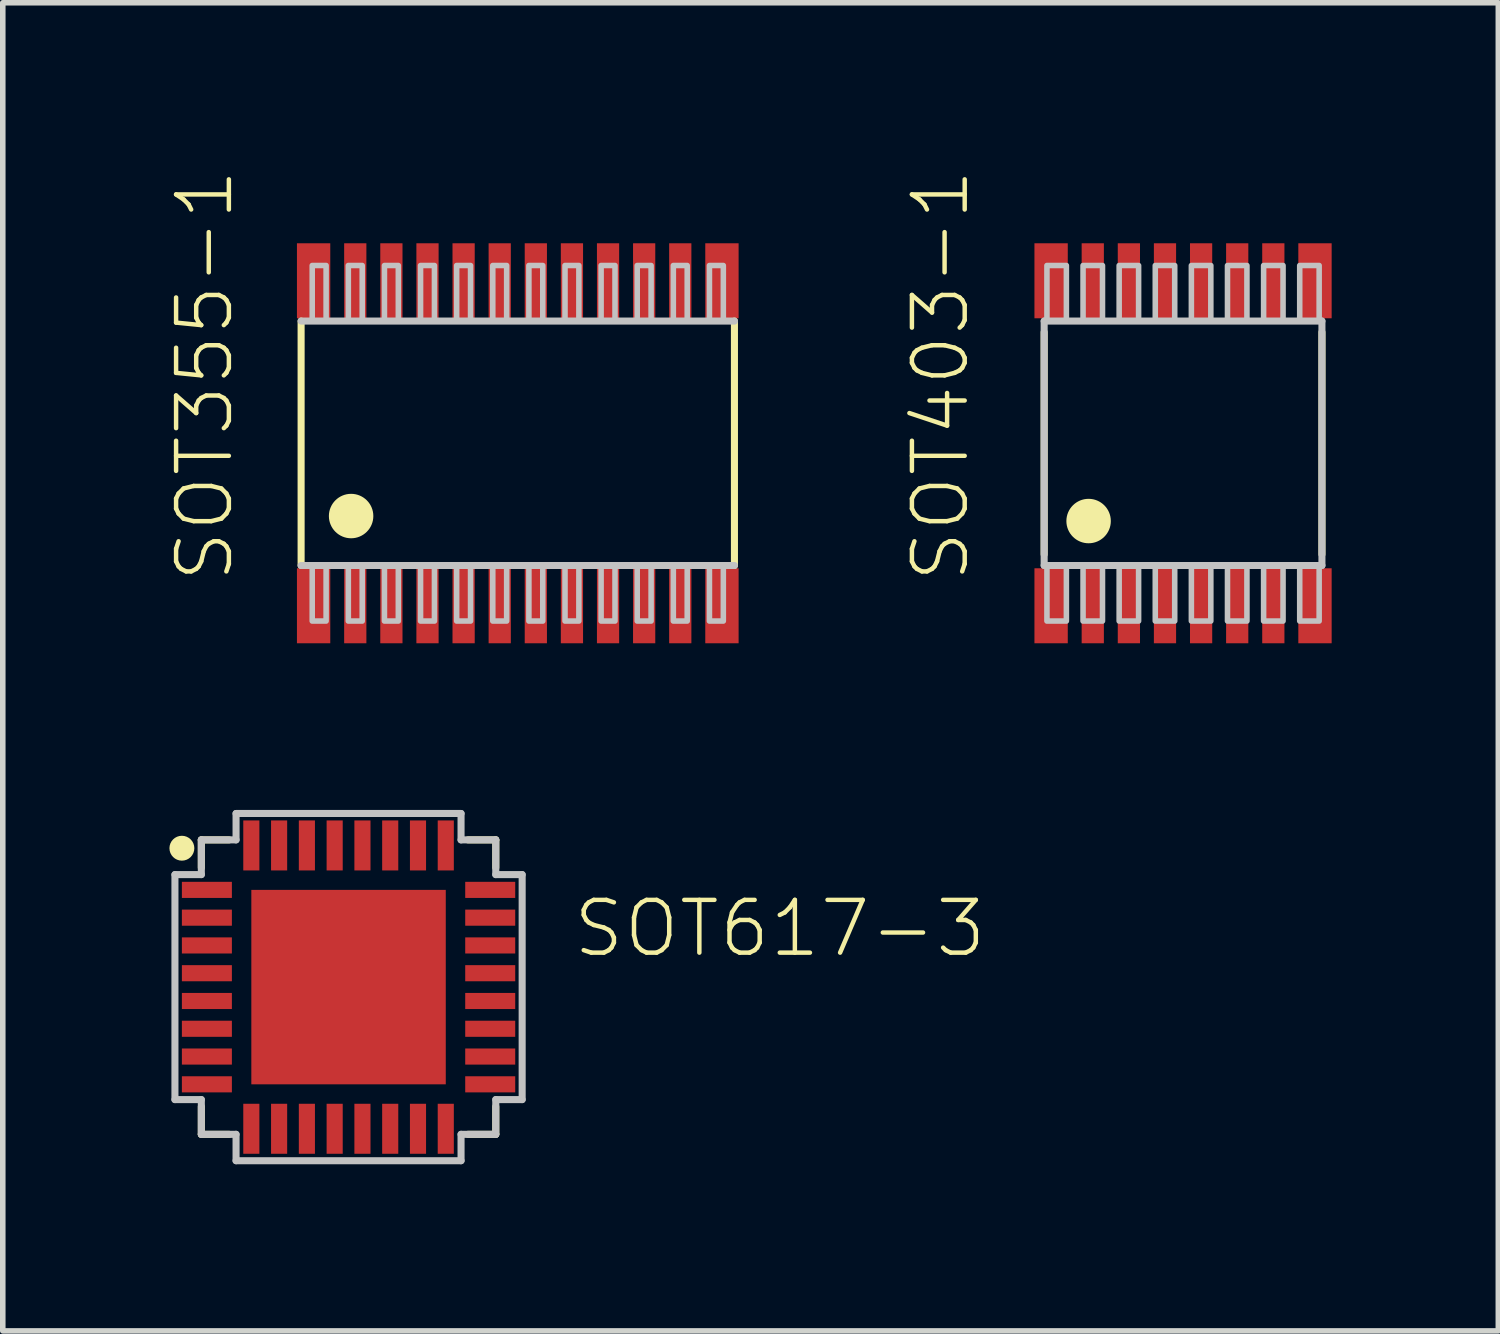
<source format=kicad_pcb>
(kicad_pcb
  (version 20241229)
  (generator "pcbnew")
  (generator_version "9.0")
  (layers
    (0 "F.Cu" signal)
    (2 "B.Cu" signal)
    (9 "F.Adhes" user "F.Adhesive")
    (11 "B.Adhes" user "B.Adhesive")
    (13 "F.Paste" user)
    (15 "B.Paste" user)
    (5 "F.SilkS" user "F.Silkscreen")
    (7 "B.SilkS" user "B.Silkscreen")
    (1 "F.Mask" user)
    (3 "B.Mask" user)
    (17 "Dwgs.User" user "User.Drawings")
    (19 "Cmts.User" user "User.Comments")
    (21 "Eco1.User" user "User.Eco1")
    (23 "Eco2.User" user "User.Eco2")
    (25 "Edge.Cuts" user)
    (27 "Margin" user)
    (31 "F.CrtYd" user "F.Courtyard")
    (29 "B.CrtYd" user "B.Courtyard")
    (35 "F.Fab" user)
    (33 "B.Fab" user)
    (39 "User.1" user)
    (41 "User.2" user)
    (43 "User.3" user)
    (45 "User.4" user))
  (footprint "SOT355-1"
    (layer "F.Cu")
    (at 6.27 4.929)
    (property "Reference" "SOT355-1" (at -5.08 2.54 90) (layer "F.SilkS") (effects (font (size 0.95 0.95) (thickness 0.08)) (justify left bottom)))
    (attr through_hole)
    (fp_line (start -3.9 -2.2) (end -3.9 2.2) (stroke (width 0.127) (type solid)) (layer "F.SilkS"))
    (fp_line (start 3.9 2.2) (end 3.9 -2.2) (stroke (width 0.127) (type solid)) (layer "F.SilkS"))
    (fp_circle (center -3 1.31) (end -2.6 1.31) (stroke (width 0) (type solid)) (fill yes) (layer "F.SilkS"))
    (fp_line (start -3.9 2.2) (end 3.9 2.2) (stroke (width 0.127) (type solid)) (layer "Dwgs.User"))
    (fp_line (start 3.9 -2.2) (end -3.9 -2.2) (stroke (width 0.127) (type solid)) (layer "Dwgs.User"))
    (fp_poly (pts (xy -3.7 -2.2) (xy -3.45 -2.2) (xy -3.45 -3.2) (xy -3.7 -3.2)) (stroke (width 0.1) (type solid)) (fill no) (layer "Dwgs.User"))
    (fp_poly (pts (xy -3.7 3.2) (xy -3.45 3.2) (xy -3.45 2.2) (xy -3.7 2.2)) (stroke (width 0.1) (type solid)) (fill no) (layer "Dwgs.User"))
    (fp_poly (pts (xy -3.05 -2.2) (xy -2.8 -2.2) (xy -2.8 -3.2) (xy -3.05 -3.2)) (stroke (width 0.1) (type solid)) (fill no) (layer "Dwgs.User"))
    (fp_poly (pts (xy -3.05 3.2) (xy -2.8 3.2) (xy -2.8 2.2) (xy -3.05 2.2)) (stroke (width 0.1) (type solid)) (fill no) (layer "Dwgs.User"))
    (fp_poly (pts (xy -2.4 -2.2) (xy -2.15 -2.2) (xy -2.15 -3.2) (xy -2.4 -3.2)) (stroke (width 0.1) (type solid)) (fill no) (layer "Dwgs.User"))
    (fp_poly (pts (xy -2.4 3.2) (xy -2.15 3.2) (xy -2.15 2.2) (xy -2.4 2.2)) (stroke (width 0.1) (type solid)) (fill no) (layer "Dwgs.User"))
    (fp_poly (pts (xy -1.75 -2.2) (xy -1.5 -2.2) (xy -1.5 -3.2) (xy -1.75 -3.2)) (stroke (width 0.1) (type solid)) (fill no) (layer "Dwgs.User"))
    (fp_poly (pts (xy -1.75 3.2) (xy -1.5 3.2) (xy -1.5 2.2) (xy -1.75 2.2)) (stroke (width 0.1) (type solid)) (fill no) (layer "Dwgs.User"))
    (fp_poly (pts (xy -1.1 -2.2) (xy -0.85 -2.2) (xy -0.85 -3.2) (xy -1.1 -3.2)) (stroke (width 0.1) (type solid)) (fill no) (layer "Dwgs.User"))
    (fp_poly (pts (xy -1.1 3.2) (xy -0.85 3.2) (xy -0.85 2.2) (xy -1.1 2.2)) (stroke (width 0.1) (type solid)) (fill no) (layer "Dwgs.User"))
    (fp_poly (pts (xy -0.45 -2.2) (xy -0.2 -2.2) (xy -0.2 -3.2) (xy -0.45 -3.2)) (stroke (width 0.1) (type solid)) (fill no) (layer "Dwgs.User"))
    (fp_poly (pts (xy -0.45 3.2) (xy -0.2 3.2) (xy -0.2 2.2) (xy -0.45 2.2)) (stroke (width 0.1) (type solid)) (fill no) (layer "Dwgs.User"))
    (fp_poly (pts (xy 0.2 -2.2) (xy 0.45 -2.2) (xy 0.45 -3.2) (xy 0.2 -3.2)) (stroke (width 0.1) (type solid)) (fill no) (layer "Dwgs.User"))
    (fp_poly (pts (xy 0.2 3.2) (xy 0.45 3.2) (xy 0.45 2.2) (xy 0.2 2.2)) (stroke (width 0.1) (type solid)) (fill no) (layer "Dwgs.User"))
    (fp_poly (pts (xy 0.85 -2.2) (xy 1.1 -2.2) (xy 1.1 -3.2) (xy 0.85 -3.2)) (stroke (width 0.1) (type solid)) (fill no) (layer "Dwgs.User"))
    (fp_poly (pts (xy 0.85 3.2) (xy 1.1 3.2) (xy 1.1 2.2) (xy 0.85 2.2)) (stroke (width 0.1) (type solid)) (fill no) (layer "Dwgs.User"))
    (fp_poly (pts (xy 1.5 -2.2) (xy 1.75 -2.2) (xy 1.75 -3.2) (xy 1.5 -3.2)) (stroke (width 0.1) (type solid)) (fill no) (layer "Dwgs.User"))
    (fp_poly (pts (xy 1.5 3.2) (xy 1.75 3.2) (xy 1.75 2.2) (xy 1.5 2.2)) (stroke (width 0.1) (type solid)) (fill no) (layer "Dwgs.User"))
    (fp_poly (pts (xy 2.15 -2.2) (xy 2.4 -2.2) (xy 2.4 -3.2) (xy 2.15 -3.2)) (stroke (width 0.1) (type solid)) (fill no) (layer "Dwgs.User"))
    (fp_poly (pts (xy 2.15 3.2) (xy 2.4 3.2) (xy 2.4 2.2) (xy 2.15 2.2)) (stroke (width 0.1) (type solid)) (fill no) (layer "Dwgs.User"))
    (fp_poly (pts (xy 2.8 -2.2) (xy 3.05 -2.2) (xy 3.05 -3.2) (xy 2.8 -3.2)) (stroke (width 0.1) (type solid)) (fill no) (layer "Dwgs.User"))
    (fp_poly (pts (xy 2.8 3.2) (xy 3.05 3.2) (xy 3.05 2.2) (xy 2.8 2.2)) (stroke (width 0.1) (type solid)) (fill no) (layer "Dwgs.User"))
    (fp_poly (pts (xy 3.45 -2.2) (xy 3.7 -2.2) (xy 3.7 -3.2) (xy 3.45 -3.2)) (stroke (width 0.1) (type solid)) (fill no) (layer "Dwgs.User"))
    (fp_poly (pts (xy 3.45 3.2) (xy 3.7 3.2) (xy 3.7 2.2) (xy 3.45 2.2)) (stroke (width 0.1) (type solid)) (fill no) (layer "Dwgs.User"))
    (pad "1" smd rect (at -3.675 2.925) (size 0.6 1.35) (layers "F.Cu" "F.Mask" "F.Paste"))
    (pad "2" smd rect (at -2.925 2.925) (size 0.4 1.35) (layers "F.Cu" "F.Mask" "F.Paste"))
    (pad "3" smd rect (at -2.275 2.925) (size 0.4 1.35) (layers "F.Cu" "F.Mask" "F.Paste"))
    (pad "4" smd rect (at -1.625 2.925) (size 0.4 1.35) (layers "F.Cu" "F.Mask" "F.Paste"))
    (pad "5" smd rect (at -0.975 2.925) (size 0.4 1.35) (layers "F.Cu" "F.Mask" "F.Paste"))
    (pad "6" smd rect (at -0.325 2.925) (size 0.4 1.35) (layers "F.Cu" "F.Mask" "F.Paste"))
    (pad "7" smd rect (at 0.325 2.925) (size 0.4 1.35) (layers "F.Cu" "F.Mask" "F.Paste"))
    (pad "8" smd rect (at 0.975 2.925) (size 0.4 1.35) (layers "F.Cu" "F.Mask" "F.Paste"))
    (pad "9" smd rect (at 1.625 2.925) (size 0.4 1.35) (layers "F.Cu" "F.Mask" "F.Paste"))
    (pad "10" smd rect (at 2.275 2.925) (size 0.4 1.35) (layers "F.Cu" "F.Mask" "F.Paste"))
    (pad "11" smd rect (at 2.925 2.925) (size 0.4 1.35) (layers "F.Cu" "F.Mask" "F.Paste"))
    (pad "12" smd rect (at 3.675 2.925) (size 0.6 1.35) (layers "F.Cu" "F.Mask" "F.Paste"))
    (pad "13" smd rect (at 3.675 -2.925) (size 0.6 1.35) (layers "F.Cu" "F.Mask" "F.Paste"))
    (pad "14" smd rect (at 2.925 -2.925) (size 0.4 1.35) (layers "F.Cu" "F.Mask" "F.Paste"))
    (pad "15" smd rect (at 2.275 -2.925) (size 0.4 1.35) (layers "F.Cu" "F.Mask" "F.Paste"))
    (pad "16" smd rect (at 1.625 -2.925) (size 0.4 1.35) (layers "F.Cu" "F.Mask" "F.Paste"))
    (pad "17" smd rect (at 0.975 -2.925) (size 0.4 1.35) (layers "F.Cu" "F.Mask" "F.Paste"))
    (pad "18" smd rect (at 0.325 -2.925) (size 0.4 1.35) (layers "F.Cu" "F.Mask" "F.Paste"))
    (pad "19" smd rect (at -0.325 -2.925) (size 0.4 1.35) (layers "F.Cu" "F.Mask" "F.Paste"))
    (pad "20" smd rect (at -0.975 -2.925) (size 0.4 1.35) (layers "F.Cu" "F.Mask" "F.Paste"))
    (pad "21" smd rect (at -1.625 -2.925) (size 0.4 1.35) (layers "F.Cu" "F.Mask" "F.Paste"))
    (pad "22" smd rect (at -2.275 -2.925) (size 0.4 1.35) (layers "F.Cu" "F.Mask" "F.Paste"))
    (pad "23" smd rect (at -2.925 -2.925) (size 0.4 1.35) (layers "F.Cu" "F.Mask" "F.Paste"))
    (pad "24" smd rect (at -3.675 -2.925) (size 0.6 1.35) (layers "F.Cu" "F.Mask" "F.Paste")))
  (footprint "SOT403-1"
    (layer "F.Cu")
    (at 18.245 4.929)
    (property "Reference" "SOT403-1" (at -3.81 2.54 90) (layer "F.SilkS") (effects (font (size 0.95 0.95) (thickness 0.08)) (justify left bottom)))
    (attr through_hole)
    (fp_line (start -2.5 -2) (end -2.5 2) (stroke (width 0.127) (type solid)) (layer "F.SilkS"))
    (fp_line (start 2.5 -2) (end 2.5 2) (stroke (width 0.127) (type solid)) (layer "F.SilkS"))
    (fp_circle (center -1.7 1.4) (end -1.3 1.4) (stroke (width 0) (type solid)) (fill yes) (layer "F.SilkS"))
    (fp_line (start -2.5 -2.2) (end -2.5 2.2) (stroke (width 0.127) (type solid)) (layer "Dwgs.User"))
    (fp_line (start -2.5 -2.2) (end 2.5 -2.2) (stroke (width 0.127) (type solid)) (layer "Dwgs.User"))
    (fp_line (start -2.5 2.2) (end 2.5 2.2) (stroke (width 0.127) (type solid)) (layer "Dwgs.User"))
    (fp_line (start 2.5 -2.2) (end 2.5 2.2) (stroke (width 0.127) (type solid)) (layer "Dwgs.User"))
    (fp_poly (pts (xy -2.45 -2.2) (xy -2.1 -2.2) (xy -2.1 -3.2) (xy -2.45 -3.2)) (stroke (width 0.1) (type solid)) (fill no) (layer "Dwgs.User"))
    (fp_poly (pts (xy -2.45 3.2) (xy -2.1 3.2) (xy -2.1 2.2) (xy -2.45 2.2)) (stroke (width 0.1) (type solid)) (fill no) (layer "Dwgs.User"))
    (fp_poly (pts (xy -1.8 -2.2) (xy -1.45 -2.2) (xy -1.45 -3.2) (xy -1.8 -3.2)) (stroke (width 0.1) (type solid)) (fill no) (layer "Dwgs.User"))
    (fp_poly (pts (xy -1.8 3.2) (xy -1.45 3.2) (xy -1.45 2.2) (xy -1.8 2.2)) (stroke (width 0.1) (type solid)) (fill no) (layer "Dwgs.User"))
    (fp_poly (pts (xy -1.15 -2.2) (xy -0.8 -2.2) (xy -0.8 -3.2) (xy -1.15 -3.2)) (stroke (width 0.1) (type solid)) (fill no) (layer "Dwgs.User"))
    (fp_poly (pts (xy -1.15 3.2) (xy -0.8 3.2) (xy -0.8 2.2) (xy -1.15 2.2)) (stroke (width 0.1) (type solid)) (fill no) (layer "Dwgs.User"))
    (fp_poly (pts (xy -0.5 -2.2) (xy -0.15 -2.2) (xy -0.15 -3.2) (xy -0.5 -3.2)) (stroke (width 0.1) (type solid)) (fill no) (layer "Dwgs.User"))
    (fp_poly (pts (xy -0.5 3.2) (xy -0.15 3.2) (xy -0.15 2.2) (xy -0.5 2.2)) (stroke (width 0.1) (type solid)) (fill no) (layer "Dwgs.User"))
    (fp_poly (pts (xy 0.15 -2.2) (xy 0.5 -2.2) (xy 0.5 -3.2) (xy 0.15 -3.2)) (stroke (width 0.1) (type solid)) (fill no) (layer "Dwgs.User"))
    (fp_poly (pts (xy 0.15 3.2) (xy 0.5 3.2) (xy 0.5 2.2) (xy 0.15 2.2)) (stroke (width 0.1) (type solid)) (fill no) (layer "Dwgs.User"))
    (fp_poly (pts (xy 0.8 -2.2) (xy 1.15 -2.2) (xy 1.15 -3.2) (xy 0.8 -3.2)) (stroke (width 0.1) (type solid)) (fill no) (layer "Dwgs.User"))
    (fp_poly (pts (xy 0.8 3.2) (xy 1.15 3.2) (xy 1.15 2.2) (xy 0.8 2.2)) (stroke (width 0.1) (type solid)) (fill no) (layer "Dwgs.User"))
    (fp_poly (pts (xy 1.45 -2.2) (xy 1.8 -2.2) (xy 1.8 -3.2) (xy 1.45 -3.2)) (stroke (width 0.1) (type solid)) (fill no) (layer "Dwgs.User"))
    (fp_poly (pts (xy 1.45 3.2) (xy 1.8 3.2) (xy 1.8 2.2) (xy 1.45 2.2)) (stroke (width 0.1) (type solid)) (fill no) (layer "Dwgs.User"))
    (fp_poly (pts (xy 2.1 -2.2) (xy 2.45 -2.2) (xy 2.45 -3.2) (xy 2.1 -3.2)) (stroke (width 0.1) (type solid)) (fill no) (layer "Dwgs.User"))
    (fp_poly (pts (xy 2.1 3.2) (xy 2.45 3.2) (xy 2.45 2.2) (xy 2.1 2.2)) (stroke (width 0.1) (type solid)) (fill no) (layer "Dwgs.User"))
    (pad "1" smd rect (at -2.375 2.925) (size 0.6 1.35) (layers "F.Cu" "F.Mask" "F.Paste"))
    (pad "2" smd rect (at -1.625 2.925) (size 0.4 1.35) (layers "F.Cu" "F.Mask" "F.Paste"))
    (pad "3" smd rect (at -0.975 2.925) (size 0.4 1.35) (layers "F.Cu" "F.Mask" "F.Paste"))
    (pad "4" smd rect (at -0.325 2.925) (size 0.4 1.35) (layers "F.Cu" "F.Mask" "F.Paste"))
    (pad "5" smd rect (at 0.325 2.925) (size 0.4 1.35) (layers "F.Cu" "F.Mask" "F.Paste"))
    (pad "6" smd rect (at 0.975 2.925) (size 0.4 1.35) (layers "F.Cu" "F.Mask" "F.Paste"))
    (pad "7" smd rect (at 1.625 2.925) (size 0.4 1.35) (layers "F.Cu" "F.Mask" "F.Paste"))
    (pad "8" smd rect (at 2.375 2.925) (size 0.6 1.35) (layers "F.Cu" "F.Mask" "F.Paste"))
    (pad "9" smd rect (at 2.375 -2.925) (size 0.6 1.35) (layers "F.Cu" "F.Mask" "F.Paste"))
    (pad "10" smd rect (at 1.625 -2.925) (size 0.4 1.35) (layers "F.Cu" "F.Mask" "F.Paste"))
    (pad "11" smd rect (at 0.975 -2.925) (size 0.4 1.35) (layers "F.Cu" "F.Mask" "F.Paste"))
    (pad "12" smd rect (at 0.325 -2.925) (size 0.4 1.35) (layers "F.Cu" "F.Mask" "F.Paste"))
    (pad "13" smd rect (at -0.325 -2.925) (size 0.4 1.35) (layers "F.Cu" "F.Mask" "F.Paste"))
    (pad "14" smd rect (at -0.975 -2.925) (size 0.4 1.35) (layers "F.Cu" "F.Mask" "F.Paste"))
    (pad "15" smd rect (at -1.625 -2.925) (size 0.4 1.35) (layers "F.Cu" "F.Mask" "F.Paste"))
    (pad "16" smd rect (at -2.375 -2.925) (size 0.6 1.35) (layers "F.Cu" "F.Mask" "F.Paste")))
  (footprint "SOT617-3"
    (layer "F.Cu")
    (at 3.224 14.718)
    (property "Reference" "SOT617-3" (at 4 -0.5 0) (layer "F.SilkS") (effects (font (size 0.95 0.95) (thickness 0.08)) (justify left bottom)))
    (attr through_hole)
    (fp_line (start -2.65 -2.65) (end -2.65 -2.15) (stroke (width 0.127) (type solid)) (layer "F.SilkS"))
    (fp_line (start -2.65 -2.65) (end -2.15 -2.65) (stroke (width 0.127) (type solid)) (layer "F.SilkS"))
    (fp_line (start -2.65 2.15) (end -2.65 2.65) (stroke (width 0.127) (type solid)) (layer "F.SilkS"))
    (fp_line (start -2.65 2.65) (end -2.15 2.65) (stroke (width 0.127) (type solid)) (layer "F.SilkS"))
    (fp_line (start 2.15 -2.65) (end 2.65 -2.65) (stroke (width 0.127) (type solid)) (layer "F.SilkS"))
    (fp_line (start 2.15 2.65) (end 2.65 2.65) (stroke (width 0.127) (type solid)) (layer "F.SilkS"))
    (fp_line (start 2.65 -2.65) (end 2.65 -2.15) (stroke (width 0.127) (type solid)) (layer "F.SilkS"))
    (fp_line (start 2.65 2.15) (end 2.65 2.65) (stroke (width 0.127) (type solid)) (layer "F.SilkS"))
    (fp_circle (center -3 -2.5) (end -2.776 -2.5) (stroke (width 0) (type solid)) (fill yes) (layer "F.SilkS"))
    (fp_poly (pts (xy -1.05 -0.55) (xy -0.55 -0.55) (xy -0.55 -1.05) (xy -1.05 -1.05)) (stroke (width 0) (type solid)) (fill yes) (layer "F.Paste"))
    (fp_poly (pts (xy -1.05 0.25) (xy -0.55 0.25) (xy -0.55 -0.25) (xy -1.05 -0.25)) (stroke (width 0) (type solid)) (fill yes) (layer "F.Paste"))
    (fp_poly (pts (xy -1.05 1.05) (xy -0.55 1.05) (xy -0.55 0.55) (xy -1.05 0.55)) (stroke (width 0) (type solid)) (fill yes) (layer "F.Paste"))
    (fp_poly (pts (xy -0.25 -0.55) (xy 0.25 -0.55) (xy 0.25 -1.05) (xy -0.25 -1.05)) (stroke (width 0) (type solid)) (fill yes) (layer "F.Paste"))
    (fp_poly (pts (xy -0.25 0.25) (xy 0.25 0.25) (xy 0.25 -0.25) (xy -0.25 -0.25)) (stroke (width 0) (type solid)) (fill yes) (layer "F.Paste"))
    (fp_poly (pts (xy -0.25 1.05) (xy 0.25 1.05) (xy 0.25 0.55) (xy -0.25 0.55)) (stroke (width 0) (type solid)) (fill yes) (layer "F.Paste"))
    (fp_poly (pts (xy 0.55 -0.55) (xy 1.05 -0.55) (xy 1.05 -1.05) (xy 0.55 -1.05)) (stroke (width 0) (type solid)) (fill yes) (layer "F.Paste"))
    (fp_poly (pts (xy 0.55 0.25) (xy 1.05 0.25) (xy 1.05 -0.25) (xy 0.55 -0.25)) (stroke (width 0) (type solid)) (fill yes) (layer "F.Paste"))
    (fp_poly (pts (xy 0.55 1.05) (xy 1.05 1.05) (xy 1.05 0.55) (xy 0.55 0.55)) (stroke (width 0) (type solid)) (fill yes) (layer "F.Paste"))
    (fp_line (start -3.125 -2.025) (end -3.125 2.025) (stroke (width 0.127) (type solid)) (layer "Dwgs.User"))
    (fp_line (start -3.125 -2.025) (end -2.65 -2.025) (stroke (width 0.127) (type solid)) (layer "Dwgs.User"))
    (fp_line (start -3.125 2.025) (end -2.65 2.025) (stroke (width 0.127) (type solid)) (layer "Dwgs.User"))
    (fp_line (start -2.65 -2.65) (end -2.65 -2.025) (stroke (width 0.127) (type solid)) (layer "Dwgs.User"))
    (fp_line (start -2.65 -2.65) (end -2.025 -2.65) (stroke (width 0.127) (type solid)) (layer "Dwgs.User"))
    (fp_line (start -2.65 2.025) (end -2.65 2.65) (stroke (width 0.127) (type solid)) (layer "Dwgs.User"))
    (fp_line (start -2.65 2.65) (end -2.025 2.65) (stroke (width 0.127) (type solid)) (layer "Dwgs.User"))
    (fp_line (start -2.025 -3.125) (end -2.025 -2.65) (stroke (width 0.127) (type solid)) (layer "Dwgs.User"))
    (fp_line (start -2.025 3.125) (end -2.025 2.65) (stroke (width 0.127) (type solid)) (layer "Dwgs.User"))
    (fp_line (start -2.025 3.125) (end 2.025 3.125) (stroke (width 0.127) (type solid)) (layer "Dwgs.User"))
    (fp_line (start 2.025 -3.125) (end -2.025 -3.125) (stroke (width 0.127) (type solid)) (layer "Dwgs.User"))
    (fp_line (start 2.025 -3.125) (end 2.025 -2.65) (stroke (width 0.127) (type solid)) (layer "Dwgs.User"))
    (fp_line (start 2.025 -2.65) (end 2.65 -2.65) (stroke (width 0.127) (type solid)) (layer "Dwgs.User"))
    (fp_line (start 2.025 2.65) (end 2.65 2.65) (stroke (width 0.127) (type solid)) (layer "Dwgs.User"))
    (fp_line (start 2.025 3.125) (end 2.025 2.65) (stroke (width 0.127) (type solid)) (layer "Dwgs.User"))
    (fp_line (start 2.65 -2.65) (end 2.65 -2.025) (stroke (width 0.127) (type solid)) (layer "Dwgs.User"))
    (fp_line (start 2.65 -2.025) (end 3.125 -2.025) (stroke (width 0.127) (type solid)) (layer "Dwgs.User"))
    (fp_line (start 2.65 2.025) (end 2.65 2.65) (stroke (width 0.127) (type solid)) (layer "Dwgs.User"))
    (fp_line (start 2.65 2.025) (end 3.125 2.025) (stroke (width 0.127) (type solid)) (layer "Dwgs.User"))
    (fp_line (start 3.125 -2.025) (end 3.125 2.025) (stroke (width 0.127) (type solid)) (layer "Dwgs.User"))
    (pad "1" smd rect (at -2.55 -1.75 90) (size 0.29 0.9) (layers "F.Cu" "F.Mask" "F.Paste"))
    (pad "2" smd rect (at -2.55 -1.25 270) (size 0.29 0.9) (layers "F.Cu" "F.Mask" "F.Paste"))
    (pad "3" smd rect (at -2.55 -0.75 90) (size 0.29 0.9) (layers "F.Cu" "F.Mask" "F.Paste"))
    (pad "4" smd rect (at -2.55 -0.25 90) (size 0.29 0.9) (layers "F.Cu" "F.Mask" "F.Paste"))
    (pad "5" smd rect (at -2.55 0.25 90) (size 0.29 0.9) (layers "F.Cu" "F.Mask" "F.Paste"))
    (pad "6" smd rect (at -2.55 0.75 90) (size 0.29 0.9) (layers "F.Cu" "F.Mask" "F.Paste"))
    (pad "7" smd rect (at -2.55 1.25 90) (size 0.29 0.9) (layers "F.Cu" "F.Mask" "F.Paste"))
    (pad "8" smd rect (at -2.55 1.75 90) (size 0.29 0.9) (layers "F.Cu" "F.Mask" "F.Paste"))
    (pad "9" smd rect (at -1.75 2.55 180) (size 0.29 0.9) (layers "F.Cu" "F.Mask" "F.Paste"))
    (pad "10" smd rect (at -1.25 2.55 180) (size 0.29 0.9) (layers "F.Cu" "F.Mask" "F.Paste"))
    (pad "11" smd rect (at -0.75 2.55 180) (size 0.29 0.9) (layers "F.Cu" "F.Mask" "F.Paste"))
    (pad "12" smd rect (at -0.25 2.55 180) (size 0.29 0.9) (layers "F.Cu" "F.Mask" "F.Paste"))
    (pad "13" smd rect (at 0.25 2.55 180) (size 0.29 0.9) (layers "F.Cu" "F.Mask" "F.Paste"))
    (pad "14" smd rect (at 0.75 2.55 180) (size 0.29 0.9) (layers "F.Cu" "F.Mask" "F.Paste"))
    (pad "15" smd rect (at 1.25 2.55 180) (size 0.29 0.9) (layers "F.Cu" "F.Mask" "F.Paste"))
    (pad "16" smd rect (at 1.75 2.55 180) (size 0.29 0.9) (layers "F.Cu" "F.Mask" "F.Paste"))
    (pad "17" smd rect (at 2.55 1.75 270) (size 0.29 0.9) (layers "F.Cu" "F.Mask" "F.Paste"))
    (pad "18" smd rect (at 2.55 1.25 90) (size 0.29 0.9) (layers "F.Cu" "F.Mask" "F.Paste"))
    (pad "19" smd rect (at 2.55 0.75 270) (size 0.29 0.9) (layers "F.Cu" "F.Mask" "F.Paste"))
    (pad "20" smd rect (at 2.55 0.25 270) (size 0.29 0.9) (layers "F.Cu" "F.Mask" "F.Paste"))
    (pad "21" smd rect (at 2.55 -0.25 270) (size 0.29 0.9) (layers "F.Cu" "F.Mask" "F.Paste"))
    (pad "22" smd rect (at 2.55 -0.75 270) (size 0.29 0.9) (layers "F.Cu" "F.Mask" "F.Paste"))
    (pad "23" smd rect (at 2.55 -1.25 270) (size 0.29 0.9) (layers "F.Cu" "F.Mask" "F.Paste"))
    (pad "24" smd rect (at 2.55 -1.75 270) (size 0.29 0.9) (layers "F.Cu" "F.Mask" "F.Paste"))
    (pad "25" smd rect (at 1.75 -2.55) (size 0.29 0.9) (layers "F.Cu" "F.Mask" "F.Paste"))
    (pad "26" smd rect (at 1.25 -2.55) (size 0.29 0.9) (layers "F.Cu" "F.Mask" "F.Paste"))
    (pad "27" smd rect (at 0.75 -2.55) (size 0.29 0.9) (layers "F.Cu" "F.Mask" "F.Paste"))
    (pad "28" smd rect (at 0.25 -2.55) (size 0.29 0.9) (layers "F.Cu" "F.Mask" "F.Paste"))
    (pad "29" smd rect (at -0.25 -2.55) (size 0.29 0.9) (layers "F.Cu" "F.Mask" "F.Paste"))
    (pad "30" smd rect (at -0.75 -2.55) (size 0.29 0.9) (layers "F.Cu" "F.Mask" "F.Paste"))
    (pad "31" smd rect (at -1.25 -2.55) (size 0.29 0.9) (layers "F.Cu" "F.Mask" "F.Paste"))
    (pad "32" smd rect (at -1.75 -2.55) (size 0.29 0.9) (layers "F.Cu" "F.Mask" "F.Paste"))
    (pad "33" smd rect (at 0 0) (size 3.5 3.5) (layers "F.Cu" "F.Mask" "F.Paste")))
  (gr_rect
    (start -3 -3)
    (end 23.92 20.906)
    (stroke (width 0.1) (type default))
    (fill no)
    (layer "Edge.Cuts")))
</source>
